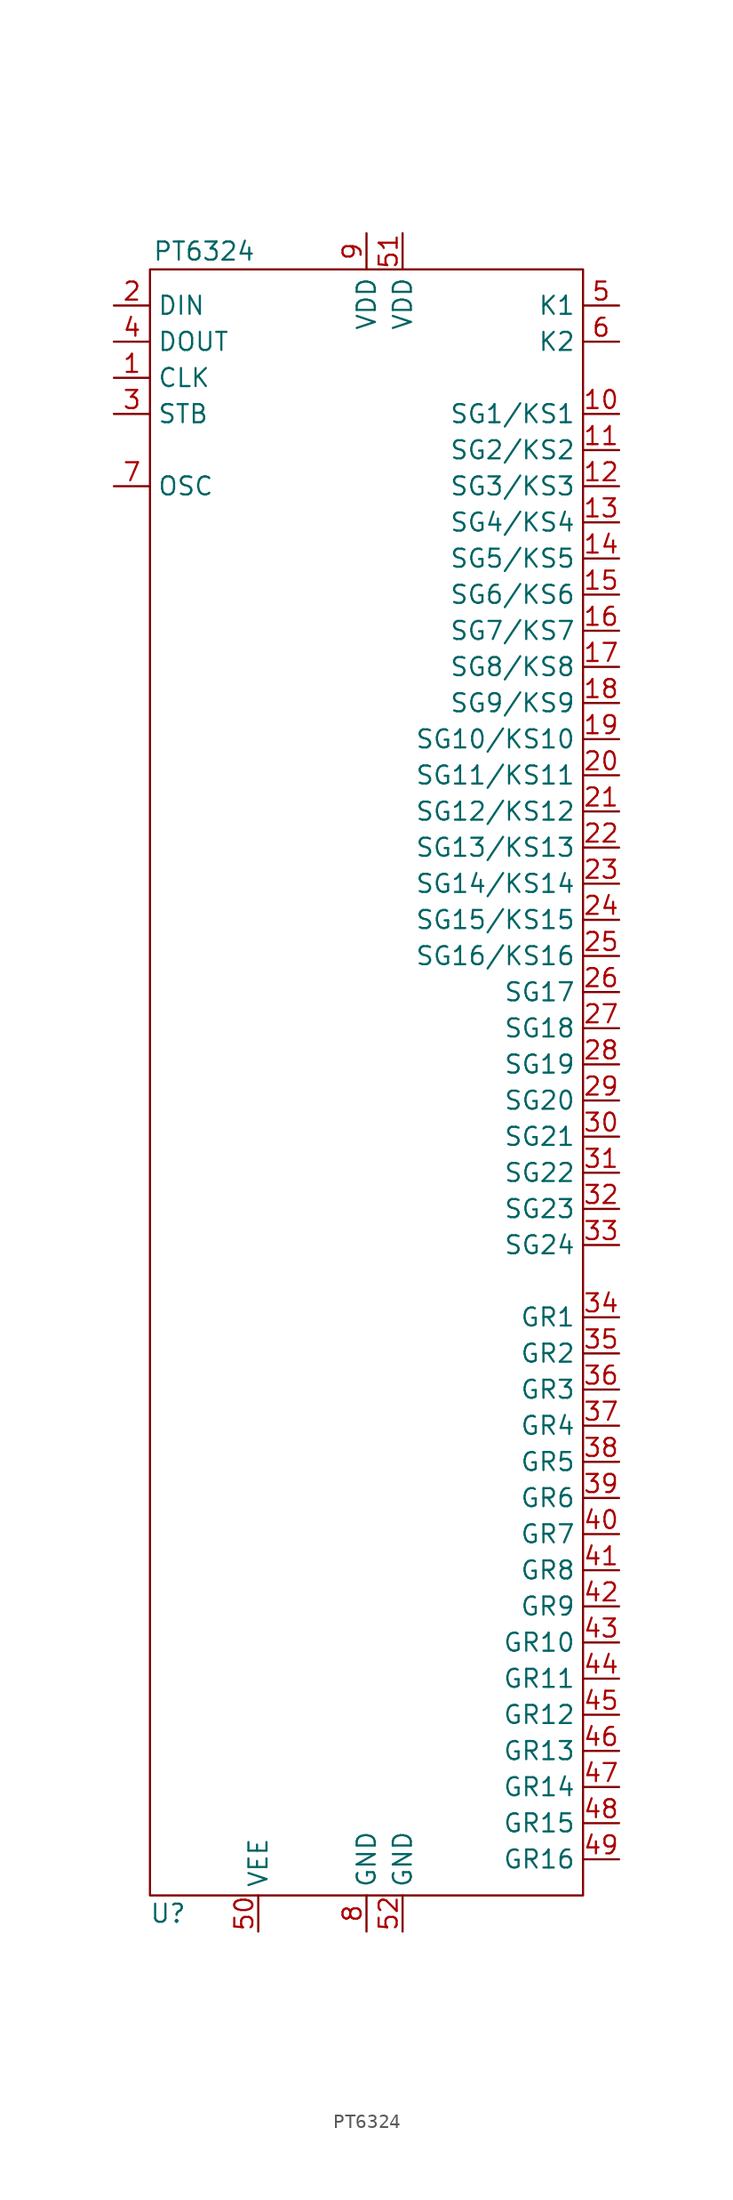
<source format=kicad_sym>
(kicad_symbol_lib
  (version 20211014)
  (generator kicad_symbol_editor)
  (symbol "PT6324"
    (property "Reference" "U"
      (at -15.24 -63.5 0)
      (effects (font (size 1.27 1.27))))
    (property "Value" "PT6324"
      (at -12.7 53.34 0)
      (effects (font (size 1.27 1.27))))
    (symbol "PT6324_0_1"
      (rectangle (start -16.51 52.07) (end 13.97 -62.23) (stroke (width 0) (type default) (color 0 0 0 0)) (fill (type none))))
    (symbol "PT6324_1_1"
      (pin input line (at -19.05 44.45 0) (length 2.54) (name "CLK" (effects (font (size 1.27 1.27)))) (number "1" (effects (font (size 1.27 1.27)))))
      (pin output line (at 16.51 41.91 180) (length 2.54) (name "SG1/KS1" (effects (font (size 1.27 1.27)))) (number "10" (effects (font (size 1.27 1.27)))))
      (pin output line (at 16.51 39.37 180) (length 2.54) (name "SG2/KS2" (effects (font (size 1.27 1.27)))) (number "11" (effects (font (size 1.27 1.27)))))
      (pin output line (at 16.51 36.83 180) (length 2.54) (name "SG3/KS3" (effects (font (size 1.27 1.27)))) (number "12" (effects (font (size 1.27 1.27)))))
      (pin output line (at 16.51 34.29 180) (length 2.54) (name "SG4/KS4" (effects (font (size 1.27 1.27)))) (number "13" (effects (font (size 1.27 1.27)))))
      (pin output line (at 16.51 31.75 180) (length 2.54) (name "SG5/KS5" (effects (font (size 1.27 1.27)))) (number "14" (effects (font (size 1.27 1.27)))))
      (pin output line (at 16.51 29.21 180) (length 2.54) (name "SG6/KS6" (effects (font (size 1.27 1.27)))) (number "15" (effects (font (size 1.27 1.27)))))
      (pin output line (at 16.51 26.67 180) (length 2.54) (name "SG7/KS7" (effects (font (size 1.27 1.27)))) (number "16" (effects (font (size 1.27 1.27)))))
      (pin output line (at 16.51 24.13 180) (length 2.54) (name "SG8/KS8" (effects (font (size 1.27 1.27)))) (number "17" (effects (font (size 1.27 1.27)))))
      (pin output line (at 16.51 21.59 180) (length 2.54) (name "SG9/KS9" (effects (font (size 1.27 1.27)))) (number "18" (effects (font (size 1.27 1.27)))))
      (pin output line (at 16.51 19.05 180) (length 2.54) (name "SG10/KS10" (effects (font (size 1.27 1.27)))) (number "19" (effects (font (size 1.27 1.27)))))
      (pin input line (at -19.05 49.53 0) (length 2.54) (name "DIN" (effects (font (size 1.27 1.27)))) (number "2" (effects (font (size 1.27 1.27)))))
      (pin output line (at 16.51 16.51 180) (length 2.54) (name "SG11/KS11" (effects (font (size 1.27 1.27)))) (number "20" (effects (font (size 1.27 1.27)))))
      (pin output line (at 16.51 13.97 180) (length 2.54) (name "SG12/KS12" (effects (font (size 1.27 1.27)))) (number "21" (effects (font (size 1.27 1.27)))))
      (pin output line (at 16.51 11.43 180) (length 2.54) (name "SG13/KS13" (effects (font (size 1.27 1.27)))) (number "22" (effects (font (size 1.27 1.27)))))
      (pin output line (at 16.51 8.89 180) (length 2.54) (name "SG14/KS14" (effects (font (size 1.27 1.27)))) (number "23" (effects (font (size 1.27 1.27)))))
      (pin output line (at 16.51 6.35 180) (length 2.54) (name "SG15/KS15" (effects (font (size 1.27 1.27)))) (number "24" (effects (font (size 1.27 1.27)))))
      (pin output line (at 16.51 3.81 180) (length 2.54) (name "SG16/KS16" (effects (font (size 1.27 1.27)))) (number "25" (effects (font (size 1.27 1.27)))))
      (pin output line (at 16.51 1.27 180) (length 2.54) (name "SG17" (effects (font (size 1.27 1.27)))) (number "26" (effects (font (size 1.27 1.27)))))
      (pin output line (at 16.51 -1.27 180) (length 2.54) (name "SG18" (effects (font (size 1.27 1.27)))) (number "27" (effects (font (size 1.27 1.27)))))
      (pin output line (at 16.51 -3.81 180) (length 2.54) (name "SG19" (effects (font (size 1.27 1.27)))) (number "28" (effects (font (size 1.27 1.27)))))
      (pin output line (at 16.51 -6.35 180) (length 2.54) (name "SG20" (effects (font (size 1.27 1.27)))) (number "29" (effects (font (size 1.27 1.27)))))
      (pin input line (at -19.05 41.91 0) (length 2.54) (name "STB" (effects (font (size 1.27 1.27)))) (number "3" (effects (font (size 1.27 1.27)))))
      (pin output line (at 16.51 -8.89 180) (length 2.54) (name "SG21" (effects (font (size 1.27 1.27)))) (number "30" (effects (font (size 1.27 1.27)))))
      (pin output line (at 16.51 -11.43 180) (length 2.54) (name "SG22" (effects (font (size 1.27 1.27)))) (number "31" (effects (font (size 1.27 1.27)))))
      (pin output line (at 16.51 -13.97 180) (length 2.54) (name "SG23" (effects (font (size 1.27 1.27)))) (number "32" (effects (font (size 1.27 1.27)))))
      (pin output line (at 16.51 -16.51 180) (length 2.54) (name "SG24" (effects (font (size 1.27 1.27)))) (number "33" (effects (font (size 1.27 1.27)))))
      (pin output line (at 16.51 -21.59 180) (length 2.54) (name "GR1" (effects (font (size 1.27 1.27)))) (number "34" (effects (font (size 1.27 1.27)))))
      (pin output line (at 16.51 -24.13 180) (length 2.54) (name "GR2" (effects (font (size 1.27 1.27)))) (number "35" (effects (font (size 1.27 1.27)))))
      (pin output line (at 16.51 -26.67 180) (length 2.54) (name "GR3" (effects (font (size 1.27 1.27)))) (number "36" (effects (font (size 1.27 1.27)))))
      (pin output line (at 16.51 -29.21 180) (length 2.54) (name "GR4" (effects (font (size 1.27 1.27)))) (number "37" (effects (font (size 1.27 1.27)))))
      (pin output line (at 16.51 -31.75 180) (length 2.54) (name "GR5" (effects (font (size 1.27 1.27)))) (number "38" (effects (font (size 1.27 1.27)))))
      (pin output line (at 16.51 -34.29 180) (length 2.54) (name "GR6" (effects (font (size 1.27 1.27)))) (number "39" (effects (font (size 1.27 1.27)))))
      (pin output line (at -19.05 46.99 0) (length 2.54) (name "DOUT" (effects (font (size 1.27 1.27)))) (number "4" (effects (font (size 1.27 1.27)))))
      (pin output line (at 16.51 -36.83 180) (length 2.54) (name "GR7" (effects (font (size 1.27 1.27)))) (number "40" (effects (font (size 1.27 1.27)))))
      (pin output line (at 16.51 -39.37 180) (length 2.54) (name "GR8" (effects (font (size 1.27 1.27)))) (number "41" (effects (font (size 1.27 1.27)))))
      (pin output line (at 16.51 -41.91 180) (length 2.54) (name "GR9" (effects (font (size 1.27 1.27)))) (number "42" (effects (font (size 1.27 1.27)))))
      (pin output line (at 16.51 -44.45 180) (length 2.54) (name "GR10" (effects (font (size 1.27 1.27)))) (number "43" (effects (font (size 1.27 1.27)))))
      (pin output line (at 16.51 -46.99 180) (length 2.54) (name "GR11" (effects (font (size 1.27 1.27)))) (number "44" (effects (font (size 1.27 1.27)))))
      (pin output line (at 16.51 -49.53 180) (length 2.54) (name "GR12" (effects (font (size 1.27 1.27)))) (number "45" (effects (font (size 1.27 1.27)))))
      (pin output line (at 16.51 -52.07 180) (length 2.54) (name "GR13" (effects (font (size 1.27 1.27)))) (number "46" (effects (font (size 1.27 1.27)))))
      (pin output line (at 16.51 -54.61 180) (length 2.54) (name "GR14" (effects (font (size 1.27 1.27)))) (number "47" (effects (font (size 1.27 1.27)))))
      (pin output line (at 16.51 -57.15 180) (length 2.54) (name "GR15" (effects (font (size 1.27 1.27)))) (number "48" (effects (font (size 1.27 1.27)))))
      (pin output line (at 16.51 -59.69 180) (length 2.54) (name "GR16" (effects (font (size 1.27 1.27)))) (number "49" (effects (font (size 1.27 1.27)))))
      (pin input line (at 16.51 49.53 180) (length 2.54) (name "K1" (effects (font (size 1.27 1.27)))) (number "5" (effects (font (size 1.27 1.27)))))
      (pin power_in line (at -8.89 -64.77 90) (length 2.54) (name "VEE" (effects (font (size 1.27 1.27)))) (number "50" (effects (font (size 1.27 1.27)))))
      (pin power_in line (at 1.27 54.61 270) (length 2.54) (name "VDD" (effects (font (size 1.27 1.27)))) (number "51" (effects (font (size 1.27 1.27)))))
      (pin power_in line (at 1.27 -64.77 90) (length 2.54) (name "GND" (effects (font (size 1.27 1.27)))) (number "52" (effects (font (size 1.27 1.27)))))
      (pin input line (at 16.51 46.99 180) (length 2.54) (name "K2" (effects (font (size 1.27 1.27)))) (number "6" (effects (font (size 1.27 1.27)))))
      (pin bidirectional line (at -19.05 36.83 0) (length 2.54) (name "OSC" (effects (font (size 1.27 1.27)))) (number "7" (effects (font (size 1.27 1.27)))))
      (pin power_in line (at -1.27 -64.77 90) (length 2.54) (name "GND" (effects (font (size 1.27 1.27)))) (number "8" (effects (font (size 1.27 1.27)))))
      (pin power_in line (at -1.27 54.61 270) (length 2.54) (name "VDD" (effects (font (size 1.27 1.27)))) (number "9" (effects (font (size 1.27 1.27))))))))
</source>
